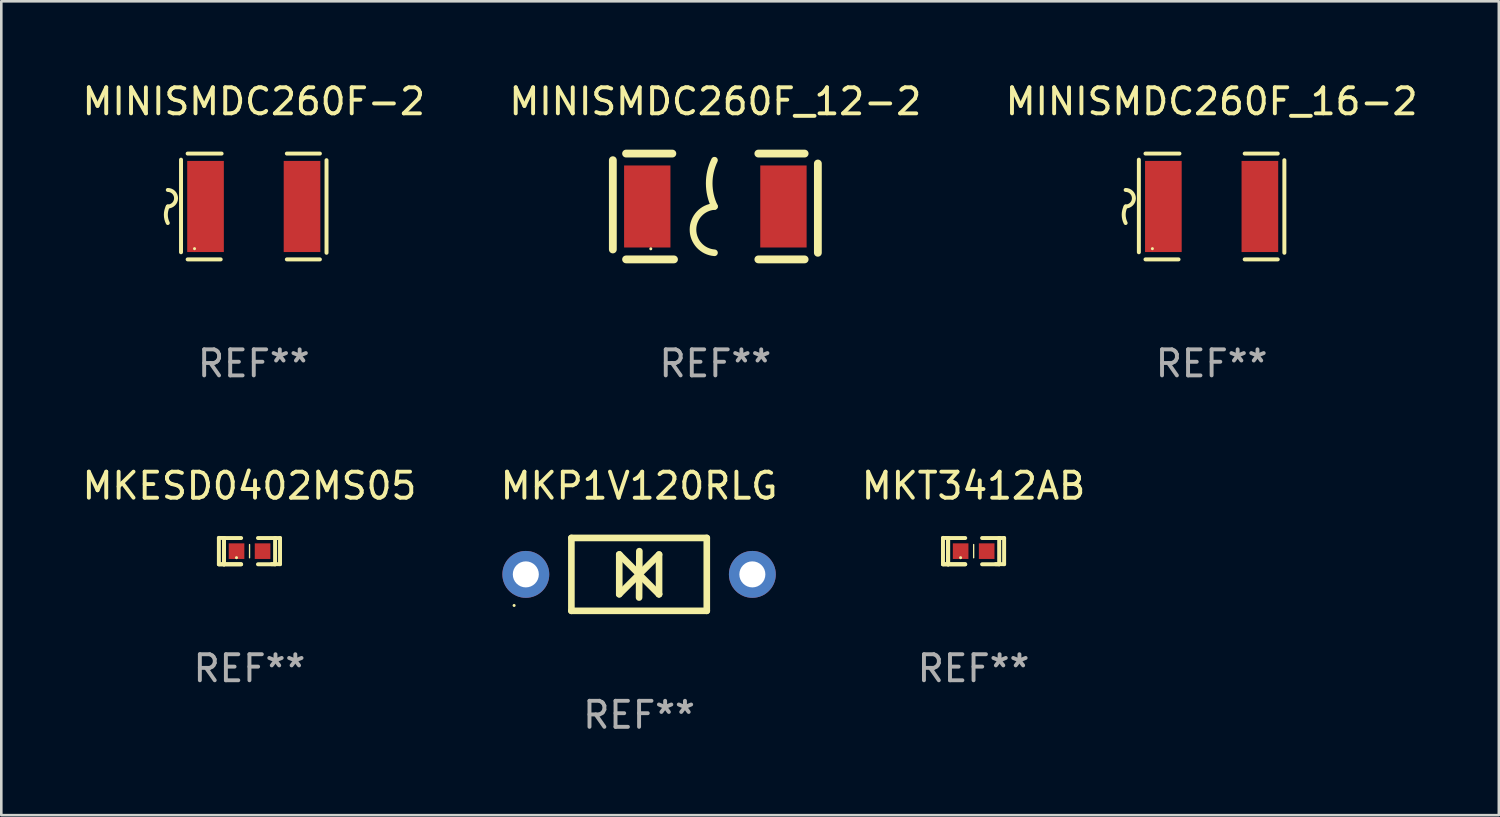
<source format=kicad_pcb>
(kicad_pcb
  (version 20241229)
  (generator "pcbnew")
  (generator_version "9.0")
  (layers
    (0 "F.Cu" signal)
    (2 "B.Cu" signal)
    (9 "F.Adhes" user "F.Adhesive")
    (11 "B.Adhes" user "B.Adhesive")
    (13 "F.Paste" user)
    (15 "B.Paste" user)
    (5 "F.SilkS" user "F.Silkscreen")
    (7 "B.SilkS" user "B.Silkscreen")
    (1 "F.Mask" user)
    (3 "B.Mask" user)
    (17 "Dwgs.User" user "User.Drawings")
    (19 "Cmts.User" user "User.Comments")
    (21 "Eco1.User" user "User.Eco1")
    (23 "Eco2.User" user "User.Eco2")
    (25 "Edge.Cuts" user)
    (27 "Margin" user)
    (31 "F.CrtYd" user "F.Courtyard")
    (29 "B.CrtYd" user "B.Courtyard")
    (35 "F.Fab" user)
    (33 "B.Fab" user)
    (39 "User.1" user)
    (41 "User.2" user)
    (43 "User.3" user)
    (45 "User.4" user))
  (footprint "MKESD0402MS05"
    (layer "F.Cu")
    (at 6.53 18.115)
    (property "Reference" "MKESD0402MS05" (at 0 -2.506 0) (layer "F.SilkS") (effects (font (size 1 1) (thickness 0.15))))
    (attr through_hole)
    (fp_line (start -1.174 -0.506) (end -0.977 -0.502) (stroke (width 0.152) (type solid)) (layer "F.SilkS"))
    (fp_line (start -1.174 0.506) (end -1.174 -0.506) (stroke (width 0.152) (type solid)) (layer "F.SilkS"))
    (fp_line (start -0.977 -0.502) (end -0.977 0.506) (stroke (width 0.152) (type solid)) (layer "F.SilkS"))
    (fp_line (start -0.977 -0.502) (end -0.977 0.506) (stroke (width 0.152) (type solid)) (layer "F.SilkS"))
    (fp_line (start -0.977 0.506) (end -1.166 0.506) (stroke (width 0.152) (type solid)) (layer "F.SilkS"))
    (fp_line (start -0.977 0.506) (end -0.32 0.506) (stroke (width 0.152) (type solid)) (layer "F.SilkS"))
    (fp_line (start -0.977 0.506) (end -0.32 0.506) (stroke (width 0.152) (type solid)) (layer "F.SilkS"))
    (fp_line (start -0.971 0.506) (end -1.174 0.506) (stroke (width 0.152) (type solid)) (layer "F.SilkS"))
    (fp_line (start -0.32 -0.502) (end -0.977 -0.502) (stroke (width 0.152) (type solid)) (layer "F.SilkS"))
    (fp_line (start 0.004 -0.252) (end 0.004 0.256) (stroke (width 0.051) (type solid)) (layer "F.SilkS"))
    (fp_line (start 0.328 0.506) (end 0.985 0.506) (stroke (width 0.152) (type solid)) (layer "F.SilkS"))
    (fp_line (start 0.985 -0.502) (end 0.328 -0.502) (stroke (width 0.152) (type solid)) (layer "F.SilkS"))
    (fp_line (start 0.985 -0.502) (end 1.174 -0.502) (stroke (width 0.152) (type solid)) (layer "F.SilkS"))
    (fp_line (start 0.985 0.506) (end 0.985 -0.502) (stroke (width 0.152) (type solid)) (layer "F.SilkS"))
    (fp_line (start 1.174 -0.502) (end 1.174 0.502) (stroke (width 0.152) (type solid)) (layer "F.SilkS"))
    (fp_line (start 1.174 0.502) (end 0.851 0.502) (stroke (width 0.152) (type solid)) (layer "F.SilkS"))
    (fp_circle (center -0.497 0.253) (end -0.467 0.253) (stroke (width 0.06) (type solid)) (fill no) (layer "F.SilkS"))
    (fp_text user "REF**" (at 0 4.506 0) (layer "F.Fab") (effects (font (size 1 1) (thickness 0.15))))
    (pad "1" smd rect (at -0.496 0.002) (size 0.6 0.6) (layers "F.Cu" "F.Mask" "F.Paste"))
    (pad "2" smd rect (at 0.504 0.002) (size 0.6 0.6) (layers "F.Cu" "F.Mask" "F.Paste")))
  (footprint "MKP1V120RLG"
    (layer "F.Cu")
    (at 21.494 19.009)
    (property "Reference" "MKP1V120RLG" (at 0 -3.4 0) (layer "F.SilkS") (effects (font (size 1 1) (thickness 0.15))))
    (attr through_hole)
    (fp_line (start -2.6 1.4) (end -2.6 -1.4) (stroke (width 0.254) (type solid)) (layer "F.SilkS"))
    (fp_line (start -0.762 -0.762) (end -0.762 0.762) (stroke (width 0.254) (type solid)) (layer "F.SilkS"))
    (fp_line (start -0.762 0.762) (end 0.006 -0.006) (stroke (width 0.254) (type solid)) (layer "F.SilkS"))
    (fp_line (start -0.755 -0.762) (end -0.762 -0.762) (stroke (width 0.254) (type solid)) (layer "F.SilkS"))
    (fp_line (start -0.001 0.004) (end -0.001 0.095) (stroke (width 0.254) (type solid)) (layer "F.SilkS"))
    (fp_line (start 0 0) (end 0.761 0.761) (stroke (width 0.254) (type solid)) (layer "F.SilkS"))
    (fp_line (start 0 0.889) (end 0.01 -0.892) (stroke (width 0.254) (type solid)) (layer "F.SilkS"))
    (fp_line (start 0.005 -0.001) (end -0.755 -0.762) (stroke (width 0.254) (type solid)) (layer "F.SilkS"))
    (fp_line (start 0.006 -0.006) (end 0.006 -0.096) (stroke (width 0.254) (type solid)) (layer "F.SilkS"))
    (fp_line (start 0.761 0.761) (end 0.767 0.761) (stroke (width 0.254) (type solid)) (layer "F.SilkS"))
    (fp_line (start 0.767 -0.763) (end -0.001 0.004) (stroke (width 0.254) (type solid)) (layer "F.SilkS"))
    (fp_line (start 0.767 0.761) (end 0.767 -0.763) (stroke (width 0.254) (type solid)) (layer "F.SilkS"))
    (fp_line (start 2.6 -1.4) (end -2.6 -1.4) (stroke (width 0.254) (type solid)) (layer "F.SilkS"))
    (fp_line (start 2.6 1.4) (end -2.6 1.4) (stroke (width 0.254) (type solid)) (layer "F.SilkS"))
    (fp_line (start 2.6 1.4) (end 2.6 -1.4) (stroke (width 0.254) (type solid)) (layer "F.SilkS"))
    (fp_circle (center -4.8 1.194) (end -4.77 1.194) (stroke (width 0.06) (type solid)) (fill no) (layer "F.SilkS"))
    (fp_text user "REF**" (at 0 5.4 0) (layer "F.Fab") (effects (font (size 1 1) (thickness 0.15))))
    (pad "1" thru_hole circle (at -4.35 0) (size 1.8 1.8) (drill 1) (layers "*.Cu" "*.Mask"))
    (pad "2" thru_hole circle (at 4.35 0) (size 1.8 1.8) (drill 1) (layers "*.Cu" "*.Mask")))
  (footprint "MINISMDC260F_12-2"
    (layer "F.Cu")
    (at 24.423 4.88)
    (property "Reference" "MINISMDC260F_12-2" (at 0 -4.032 0) (layer "F.SilkS") (effects (font (size 1 1) (thickness 0.15))))
    (attr through_hole)
    (fp_line (start -3.937 -1.778) (end -3.937 1.651) (stroke (width 0.3) (type solid)) (layer "F.SilkS"))
    (fp_line (start -3.429 2.032) (end -1.588 2.032) (stroke (width 0.3) (type solid)) (layer "F.SilkS"))
    (fp_line (start -1.651 -2.032) (end -3.429 -2.032) (stroke (width 0.3) (type solid)) (layer "F.SilkS"))
    (fp_line (start 1.651 2.032) (end 3.429 2.032) (stroke (width 0.3) (type solid)) (layer "F.SilkS"))
    (fp_line (start 3.429 -2.032) (end 1.651 -2.032) (stroke (width 0.3) (type solid)) (layer "F.SilkS"))
    (fp_line (start 3.937 1.778) (end 3.937 -1.651) (stroke (width 0.3) (type solid)) (layer "F.SilkS"))
    (fp_arc (start -0.033147 -0.000001) (mid -0.236293 -0.889002) (end -0.033147 -1.778004) (stroke (width 0.254001) (type solid)) (layer "F.SilkS"))
    (fp_arc (start -0.033147 1.778004) (mid -0.858935 0.889002) (end -0.033146 0) (stroke (width 0.254001) (type solid)) (layer "F.SilkS"))
    (fp_circle (center -2.479 1.625) (end -2.449 1.625) (stroke (width 0.06) (type solid)) (fill no) (layer "F.SilkS"))
    (fp_text user "REF**" (at 0 6.032 0) (layer "F.Fab") (effects (font (size 1 1) (thickness 0.15))))
    (pad "1" smd rect (at -2.615 0) (size 1.78 3.15) (layers "F.Cu" "F.Mask" "F.Paste"))
    (pad "2" smd rect (at 2.615 0) (size 1.78 3.15) (layers "F.Cu" "F.Mask" "F.Paste")))
  (footprint "MKT3412AB"
    (layer "F.Cu")
    (at 34.339 18.115)
    (property "Reference" "MKT3412AB" (at 0 -2.506 0) (layer "F.SilkS") (effects (font (size 1 1) (thickness 0.15))))
    (attr through_hole)
    (fp_line (start -1.174 -0.506) (end -0.977 -0.502) (stroke (width 0.152) (type solid)) (layer "F.SilkS"))
    (fp_line (start -1.174 0.506) (end -1.174 -0.506) (stroke (width 0.152) (type solid)) (layer "F.SilkS"))
    (fp_line (start -0.977 -0.502) (end -0.977 0.506) (stroke (width 0.152) (type solid)) (layer "F.SilkS"))
    (fp_line (start -0.977 -0.502) (end -0.977 0.506) (stroke (width 0.152) (type solid)) (layer "F.SilkS"))
    (fp_line (start -0.977 0.506) (end -1.166 0.506) (stroke (width 0.152) (type solid)) (layer "F.SilkS"))
    (fp_line (start -0.977 0.506) (end -0.32 0.506) (stroke (width 0.152) (type solid)) (layer "F.SilkS"))
    (fp_line (start -0.977 0.506) (end -0.32 0.506) (stroke (width 0.152) (type solid)) (layer "F.SilkS"))
    (fp_line (start -0.971 0.506) (end -1.174 0.506) (stroke (width 0.152) (type solid)) (layer "F.SilkS"))
    (fp_line (start -0.32 -0.502) (end -0.977 -0.502) (stroke (width 0.152) (type solid)) (layer "F.SilkS"))
    (fp_line (start 0.004 -0.252) (end 0.004 0.256) (stroke (width 0.051) (type solid)) (layer "F.SilkS"))
    (fp_line (start 0.328 0.506) (end 0.985 0.506) (stroke (width 0.152) (type solid)) (layer "F.SilkS"))
    (fp_line (start 0.985 -0.502) (end 0.328 -0.502) (stroke (width 0.152) (type solid)) (layer "F.SilkS"))
    (fp_line (start 0.985 -0.502) (end 1.174 -0.502) (stroke (width 0.152) (type solid)) (layer "F.SilkS"))
    (fp_line (start 0.985 0.506) (end 0.985 -0.502) (stroke (width 0.152) (type solid)) (layer "F.SilkS"))
    (fp_line (start 1.174 -0.502) (end 1.174 0.502) (stroke (width 0.152) (type solid)) (layer "F.SilkS"))
    (fp_line (start 1.174 0.502) (end 0.851 0.502) (stroke (width 0.152) (type solid)) (layer "F.SilkS"))
    (fp_circle (center -0.497 0.253) (end -0.467 0.253) (stroke (width 0.06) (type solid)) (fill no) (layer "F.SilkS"))
    (fp_text user "REF**" (at 0 4.506 0) (layer "F.Fab") (effects (font (size 1 1) (thickness 0.15))))
    (pad "1" smd rect (at -0.496 0.002) (size 0.6 0.6) (layers "F.Cu" "F.Mask" "F.Paste"))
    (pad "2" smd rect (at 0.504 0.002) (size 0.6 0.6) (layers "F.Cu" "F.Mask" "F.Paste")))
  (footprint "MINISMDC260F_16-2"
    (layer "F.Cu")
    (at 43.482 4.88)
    (property "Reference" "MINISMDC260F_16-2" (at 0 -4.032 0) (layer "F.SilkS") (effects (font (size 1 1) (thickness 0.15))))
    (attr through_hole)
    (fp_line (start -2.794 -1.798) (end -2.794 1.758) (stroke (width 0.152) (type solid)) (layer "F.SilkS"))
    (fp_line (start -2.54 -2.032) (end -1.235 -2.032) (stroke (width 0.152) (type solid)) (layer "F.SilkS"))
    (fp_line (start -1.27 2.032) (end -2.54 2.032) (stroke (width 0.152) (type solid)) (layer "F.SilkS"))
    (fp_line (start 1.27 2.032) (end 2.54 2.032) (stroke (width 0.152) (type solid)) (layer "F.SilkS"))
    (fp_line (start 2.54 -2.032) (end 1.27 -2.032) (stroke (width 0.152) (type solid)) (layer "F.SilkS"))
    (fp_line (start 2.794 -1.778) (end 2.794 1.778) (stroke (width 0.152) (type solid)) (layer "F.SilkS"))
    (fp_arc (start -3.302007 -0.635002) (mid -2.984506 -0.317501) (end -3.302007 0) (stroke (width 0.151994) (type solid)) (layer "F.SilkS"))
    (fp_arc (start -3.302007 0.635002) (mid -3.376959 0.317501) (end -3.302007 0) (stroke (width 0.151994) (type solid)) (layer "F.SilkS"))
    (fp_circle (center -2.275 1.62) (end -2.245 1.62) (stroke (width 0.06) (type solid)) (fill no) (layer "F.SilkS"))
    (fp_text user "REF**" (at 0 6.032 0) (layer "F.Fab") (effects (font (size 1 1) (thickness 0.15))))
    (pad "1" smd rect (at -1.853 0) (size 1.407 3.499) (layers "F.Cu" "F.Mask" "F.Paste"))
    (pad "2" smd rect (at 1.853 0) (size 1.407 3.499) (layers "F.Cu" "F.Mask" "F.Paste")))
  (footprint "MINISMDC260F-2"
    (layer "F.Cu")
    (at 6.696 4.88)
    (property "Reference" "MINISMDC260F-2" (at 0 -4.032 0) (layer "F.SilkS") (effects (font (size 1 1) (thickness 0.15))))
    (attr through_hole)
    (fp_line (start -2.794 -1.798) (end -2.794 1.758) (stroke (width 0.152) (type solid)) (layer "F.SilkS"))
    (fp_line (start -2.54 -2.032) (end -1.235 -2.032) (stroke (width 0.152) (type solid)) (layer "F.SilkS"))
    (fp_line (start -1.27 2.032) (end -2.54 2.032) (stroke (width 0.152) (type solid)) (layer "F.SilkS"))
    (fp_line (start 1.27 2.032) (end 2.54 2.032) (stroke (width 0.152) (type solid)) (layer "F.SilkS"))
    (fp_line (start 2.54 -2.032) (end 1.27 -2.032) (stroke (width 0.152) (type solid)) (layer "F.SilkS"))
    (fp_line (start 2.794 -1.778) (end 2.794 1.778) (stroke (width 0.152) (type solid)) (layer "F.SilkS"))
    (fp_arc (start -3.302007 -0.635002) (mid -2.984506 -0.317501) (end -3.302007 0) (stroke (width 0.151994) (type solid)) (layer "F.SilkS"))
    (fp_arc (start -3.302007 0.635002) (mid -3.376959 0.317501) (end -3.302007 0) (stroke (width 0.151994) (type solid)) (layer "F.SilkS"))
    (fp_circle (center -2.275 1.62) (end -2.245 1.62) (stroke (width 0.06) (type solid)) (fill no) (layer "F.SilkS"))
    (fp_text user "REF**" (at 0 6.032 0) (layer "F.Fab") (effects (font (size 1 1) (thickness 0.15))))
    (pad "1" smd rect (at -1.853 0) (size 1.407 3.499) (layers "F.Cu" "F.Mask" "F.Paste"))
    (pad "2" smd rect (at 1.853 0) (size 1.407 3.499) (layers "F.Cu" "F.Mask" "F.Paste")))
  (gr_rect
    (start -3 -3)
    (end 54.512 28.257)
    (stroke (width 0.1) (type default))
    (fill no)
    (layer "Edge.Cuts")))
</source>
